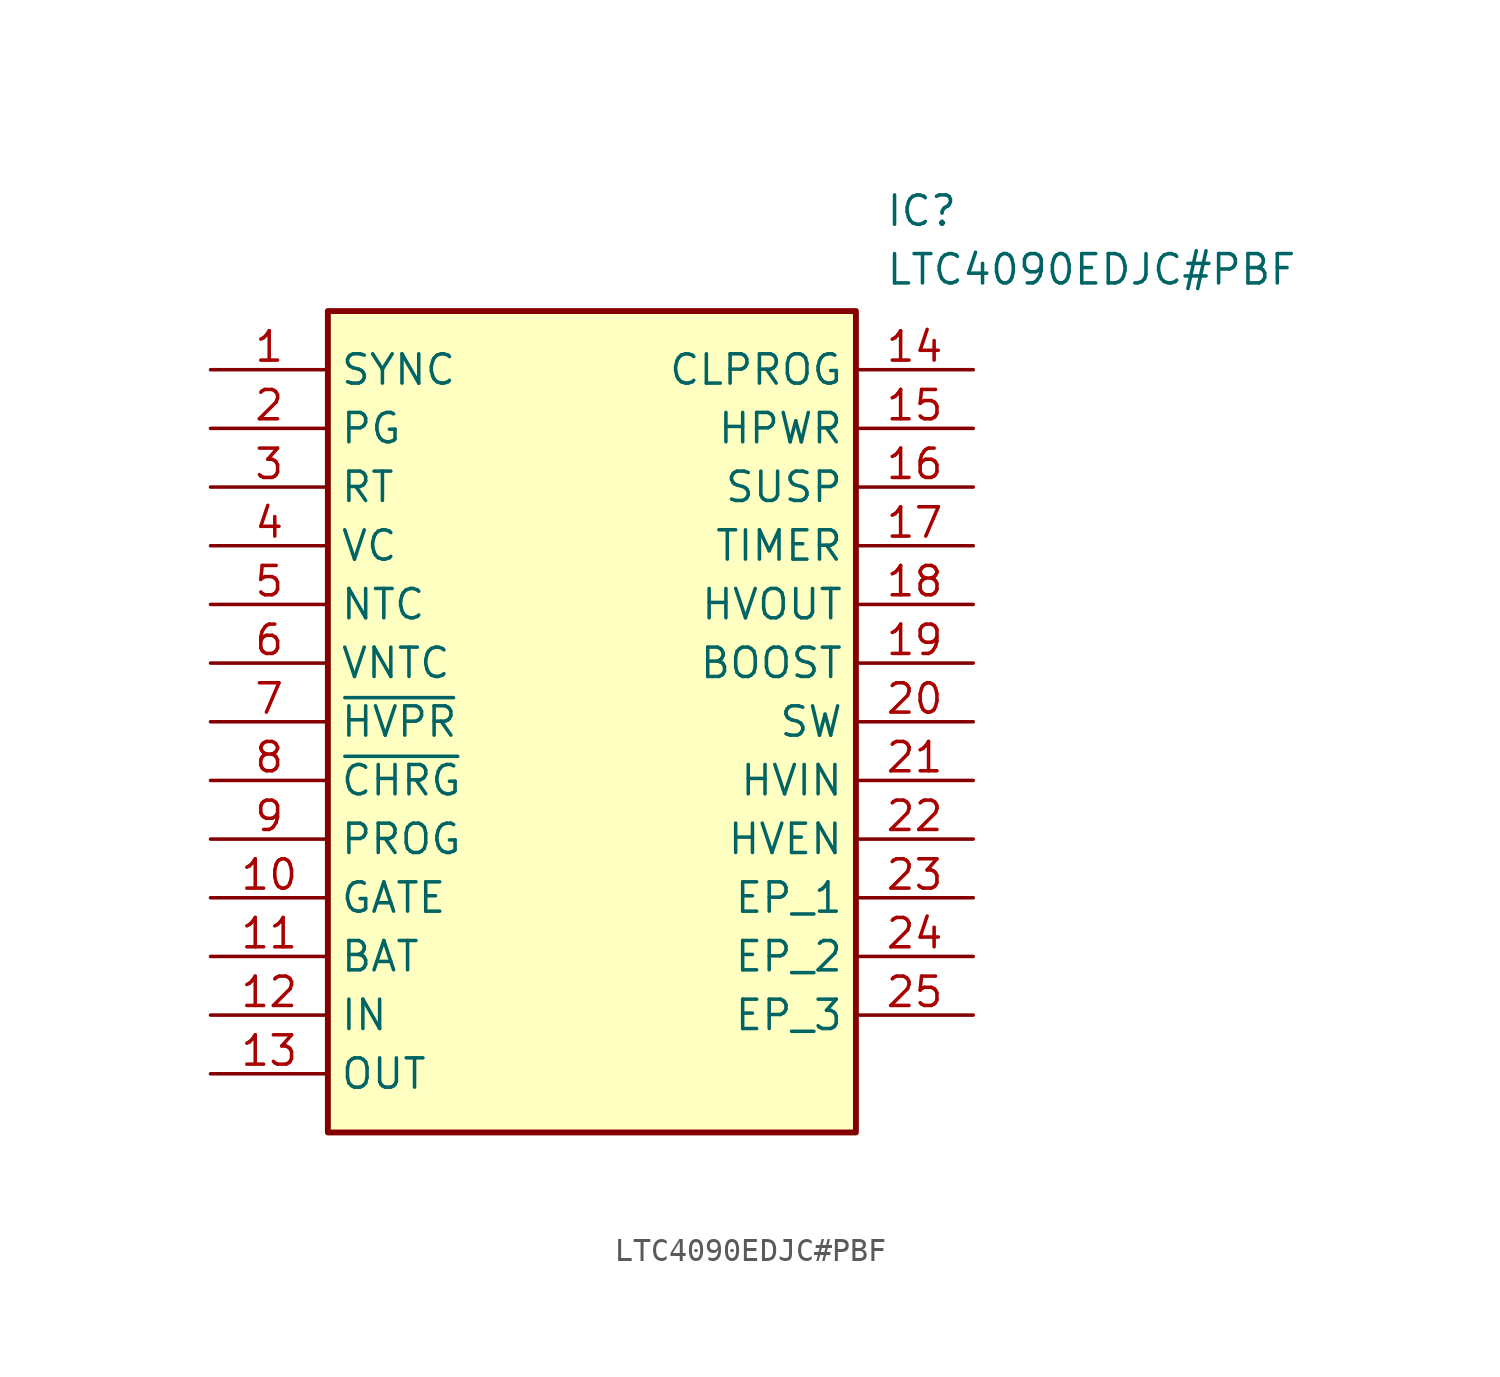
<source format=kicad_sym>
(kicad_symbol_lib
  (version 20211014)
  (generator SamacSys_ECAD_Model)
  (symbol "LTC4090EDJC#PBF"
    (property "Reference" "IC"
      (at 29.21 7.62 0)
      (effects (font (size 1.27 1.27)) (justify left top)))
    (property "Value" "LTC4090EDJC#PBF"
      (at 29.21 5.08 0)
      (effects (font (size 1.27 1.27)) (justify left top)))
    (rectangle
      (start 5.08 2.54)
      (end 27.94 -33.02)
      (stroke (width 0.254) (type default))
      (fill (type background)))
    (pin passive line
      (at 0 0 0)
      (length 5.08)
      (name "SYNC" (effects (font (size 1.27 1.27))))
      (number "1" (effects (font (size 1.27 1.27)))))
    (pin passive line
      (at 0 -2.54 0)
      (length 5.08)
      (name "PG" (effects (font (size 1.27 1.27))))
      (number "2" (effects (font (size 1.27 1.27)))))
    (pin passive line
      (at 0 -5.08 0)
      (length 5.08)
      (name "RT" (effects (font (size 1.27 1.27))))
      (number "3" (effects (font (size 1.27 1.27)))))
    (pin passive line
      (at 0 -7.62 0)
      (length 5.08)
      (name "VC" (effects (font (size 1.27 1.27))))
      (number "4" (effects (font (size 1.27 1.27)))))
    (pin passive line
      (at 0 -10.16 0)
      (length 5.08)
      (name "NTC" (effects (font (size 1.27 1.27))))
      (number "5" (effects (font (size 1.27 1.27)))))
    (pin passive line
      (at 0 -12.7 0)
      (length 5.08)
      (name "VNTC" (effects (font (size 1.27 1.27))))
      (number "6" (effects (font (size 1.27 1.27)))))
    (pin passive line
      (at 0 -15.24 0)
      (length 5.08)
      (name "~{HVPR}" (effects (font (size 1.27 1.27))))
      (number "7" (effects (font (size 1.27 1.27)))))
    (pin passive line
      (at 0 -17.78 0)
      (length 5.08)
      (name "~{CHRG}" (effects (font (size 1.27 1.27))))
      (number "8" (effects (font (size 1.27 1.27)))))
    (pin passive line
      (at 0 -20.32 0)
      (length 5.08)
      (name "PROG" (effects (font (size 1.27 1.27))))
      (number "9" (effects (font (size 1.27 1.27)))))
    (pin passive line
      (at 0 -22.86 0)
      (length 5.08)
      (name "GATE" (effects (font (size 1.27 1.27))))
      (number "10" (effects (font (size 1.27 1.27)))))
    (pin passive line
      (at 0 -25.4 0)
      (length 5.08)
      (name "BAT" (effects (font (size 1.27 1.27))))
      (number "11" (effects (font (size 1.27 1.27)))))
    (pin passive line
      (at 0 -27.94 0)
      (length 5.08)
      (name "IN" (effects (font (size 1.27 1.27))))
      (number "12" (effects (font (size 1.27 1.27)))))
    (pin passive line
      (at 0 -30.48 0)
      (length 5.08)
      (name "OUT" (effects (font (size 1.27 1.27))))
      (number "13" (effects (font (size 1.27 1.27)))))
    (pin passive line
      (at 33.02 0 180)
      (length 5.08)
      (name "CLPROG" (effects (font (size 1.27 1.27))))
      (number "14" (effects (font (size 1.27 1.27)))))
    (pin passive line
      (at 33.02 -2.54 180)
      (length 5.08)
      (name "HPWR" (effects (font (size 1.27 1.27))))
      (number "15" (effects (font (size 1.27 1.27)))))
    (pin passive line
      (at 33.02 -5.08 180)
      (length 5.08)
      (name "SUSP" (effects (font (size 1.27 1.27))))
      (number "16" (effects (font (size 1.27 1.27)))))
    (pin passive line
      (at 33.02 -7.62 180)
      (length 5.08)
      (name "TIMER" (effects (font (size 1.27 1.27))))
      (number "17" (effects (font (size 1.27 1.27)))))
    (pin passive line
      (at 33.02 -10.16 180)
      (length 5.08)
      (name "HVOUT" (effects (font (size 1.27 1.27))))
      (number "18" (effects (font (size 1.27 1.27)))))
    (pin passive line
      (at 33.02 -12.7 180)
      (length 5.08)
      (name "BOOST" (effects (font (size 1.27 1.27))))
      (number "19" (effects (font (size 1.27 1.27)))))
    (pin passive line
      (at 33.02 -15.24 180)
      (length 5.08)
      (name "SW" (effects (font (size 1.27 1.27))))
      (number "20" (effects (font (size 1.27 1.27)))))
    (pin passive line
      (at 33.02 -17.78 180)
      (length 5.08)
      (name "HVIN" (effects (font (size 1.27 1.27))))
      (number "21" (effects (font (size 1.27 1.27)))))
    (pin passive line
      (at 33.02 -20.32 180)
      (length 5.08)
      (name "HVEN" (effects (font (size 1.27 1.27))))
      (number "22" (effects (font (size 1.27 1.27)))))
    (pin passive line
      (at 33.02 -22.86 180)
      (length 5.08)
      (name "EP_1" (effects (font (size 1.27 1.27))))
      (number "23" (effects (font (size 1.27 1.27)))))
    (pin passive line
      (at 33.02 -25.4 180)
      (length 5.08)
      (name "EP_2" (effects (font (size 1.27 1.27))))
      (number "24" (effects (font (size 1.27 1.27)))))
    (pin passive line
      (at 33.02 -27.94 180)
      (length 5.08)
      (name "EP_3" (effects (font (size 1.27 1.27))))
      (number "25" (effects (font (size 1.27 1.27)))))))
</source>
